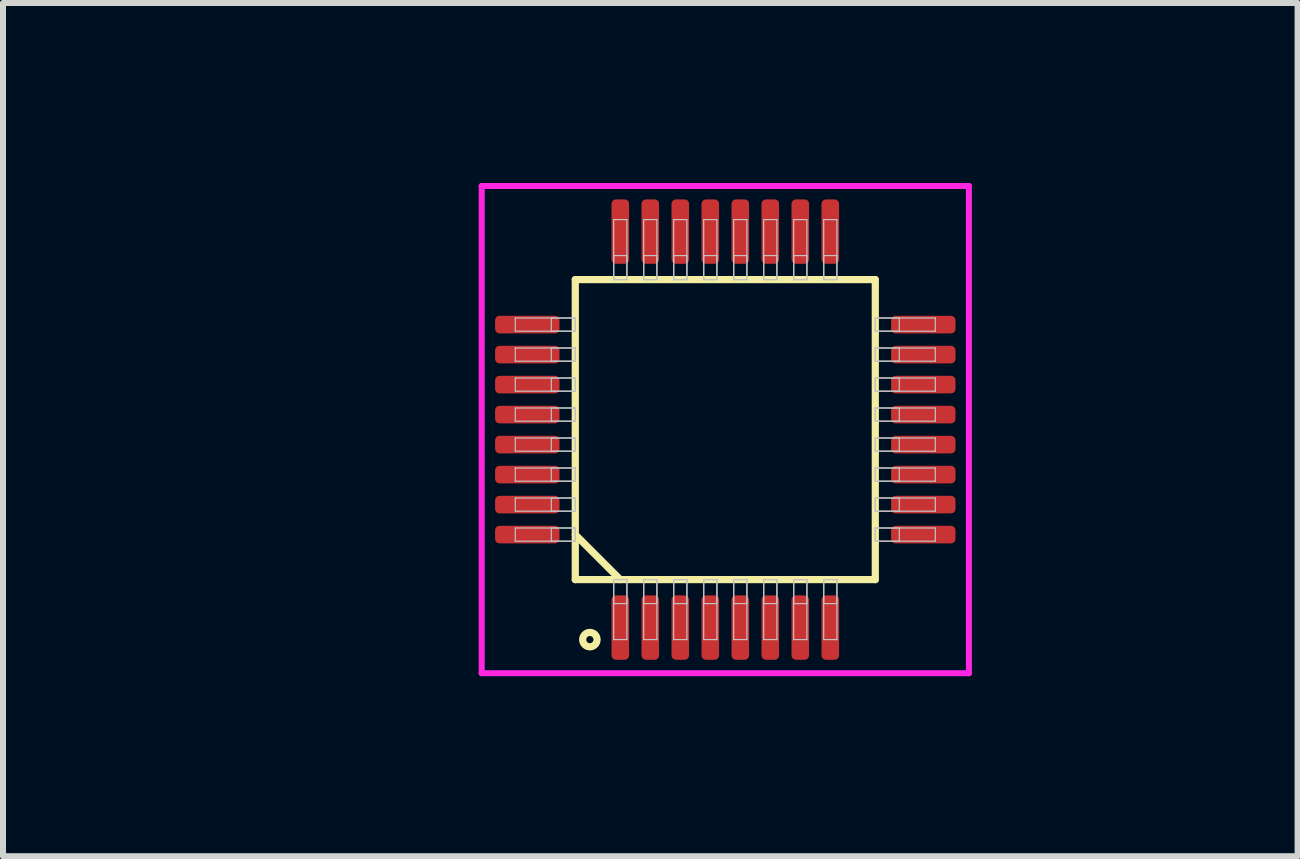
<source format=kicad_pcb>
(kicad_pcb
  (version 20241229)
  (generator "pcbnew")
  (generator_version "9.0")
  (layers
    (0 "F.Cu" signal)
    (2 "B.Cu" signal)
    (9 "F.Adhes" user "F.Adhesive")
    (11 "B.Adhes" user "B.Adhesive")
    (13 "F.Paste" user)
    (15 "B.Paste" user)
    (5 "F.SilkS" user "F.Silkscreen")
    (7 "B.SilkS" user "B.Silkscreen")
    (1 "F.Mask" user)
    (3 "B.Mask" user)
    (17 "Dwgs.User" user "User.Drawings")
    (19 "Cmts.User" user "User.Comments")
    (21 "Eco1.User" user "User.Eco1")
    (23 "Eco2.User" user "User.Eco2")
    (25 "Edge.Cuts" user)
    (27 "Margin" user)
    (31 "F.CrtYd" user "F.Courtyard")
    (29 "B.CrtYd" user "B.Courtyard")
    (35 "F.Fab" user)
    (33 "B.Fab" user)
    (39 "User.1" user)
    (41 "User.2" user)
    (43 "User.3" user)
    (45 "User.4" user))
  (footprint "QFP50P500x700-32"
    (layer "F.Cu")
    (at 9.038 4.11)
    (property "Reference" "QFP50P500x700-32" (at -1.25 0.75 0) (layer "User.1") (effects (font (size 1 1) (thickness 0.1))))
    (attr through_hole)
    (fp_line (start -2.5 -2.5) (end -2.5 2.5) (stroke (width 0.12) (type solid)) (layer "F.SilkS"))
    (fp_line (start -2.5 1.75) (end -1.75 2.5) (stroke (width 0.12) (type solid)) (layer "F.SilkS"))
    (fp_line (start -2.5 2.5) (end 2.5 2.5) (stroke (width 0.12) (type solid)) (layer "F.SilkS"))
    (fp_line (start 2.5 -2.5) (end -2.5 -2.5) (stroke (width 0.12) (type solid)) (layer "F.SilkS"))
    (fp_line (start 2.5 2.5) (end 2.5 -2.5) (stroke (width 0.12) (type solid)) (layer "F.SilkS"))
    (fp_circle (center -2.257 3.5) (end -2.137 3.5) (stroke (width 0.12) (type solid)) (fill no) (layer "F.SilkS"))
    (fp_line (start -3.5 -1.86) (end -3.5 -1.64) (stroke (width 0.02) (type solid)) (layer "Dwgs.User"))
    (fp_line (start -3.5 -1.64) (end -2.5 -1.64) (stroke (width 0.02) (type solid)) (layer "Dwgs.User"))
    (fp_line (start -3.5 -1.36) (end -3.5 -1.14) (stroke (width 0.02) (type solid)) (layer "Dwgs.User"))
    (fp_line (start -3.5 -1.14) (end -2.5 -1.14) (stroke (width 0.02) (type solid)) (layer "Dwgs.User"))
    (fp_line (start -3.5 -0.86) (end -3.5 -0.64) (stroke (width 0.02) (type solid)) (layer "Dwgs.User"))
    (fp_line (start -3.5 -0.64) (end -2.5 -0.64) (stroke (width 0.02) (type solid)) (layer "Dwgs.User"))
    (fp_line (start -3.5 -0.36) (end -3.5 -0.14) (stroke (width 0.02) (type solid)) (layer "Dwgs.User"))
    (fp_line (start -3.5 -0.14) (end -2.5 -0.14) (stroke (width 0.02) (type solid)) (layer "Dwgs.User"))
    (fp_line (start -3.5 0.14) (end -3.5 0.36) (stroke (width 0.02) (type solid)) (layer "Dwgs.User"))
    (fp_line (start -3.5 0.36) (end -2.5 0.36) (stroke (width 0.02) (type solid)) (layer "Dwgs.User"))
    (fp_line (start -3.5 0.64) (end -3.5 0.86) (stroke (width 0.02) (type solid)) (layer "Dwgs.User"))
    (fp_line (start -3.5 0.86) (end -2.5 0.86) (stroke (width 0.02) (type solid)) (layer "Dwgs.User"))
    (fp_line (start -3.5 1.14) (end -3.5 1.36) (stroke (width 0.02) (type solid)) (layer "Dwgs.User"))
    (fp_line (start -3.5 1.36) (end -2.5 1.36) (stroke (width 0.02) (type solid)) (layer "Dwgs.User"))
    (fp_line (start -3.5 1.64) (end -3.5 1.86) (stroke (width 0.02) (type solid)) (layer "Dwgs.User"))
    (fp_line (start -3.5 1.86) (end -2.5 1.86) (stroke (width 0.02) (type solid)) (layer "Dwgs.User"))
    (fp_line (start -2.9 -1.86) (end -2.9 -1.64) (stroke (width 0.02) (type solid)) (layer "Dwgs.User"))
    (fp_line (start -2.9 -1.64) (end -2.5 -1.64) (stroke (width 0.02) (type solid)) (layer "Dwgs.User"))
    (fp_line (start -2.9 -1.36) (end -2.9 -1.14) (stroke (width 0.02) (type solid)) (layer "Dwgs.User"))
    (fp_line (start -2.9 -1.14) (end -2.5 -1.14) (stroke (width 0.02) (type solid)) (layer "Dwgs.User"))
    (fp_line (start -2.9 -0.86) (end -2.9 -0.64) (stroke (width 0.02) (type solid)) (layer "Dwgs.User"))
    (fp_line (start -2.9 -0.64) (end -2.5 -0.64) (stroke (width 0.02) (type solid)) (layer "Dwgs.User"))
    (fp_line (start -2.9 -0.36) (end -2.9 -0.14) (stroke (width 0.02) (type solid)) (layer "Dwgs.User"))
    (fp_line (start -2.9 -0.14) (end -2.5 -0.14) (stroke (width 0.02) (type solid)) (layer "Dwgs.User"))
    (fp_line (start -2.9 0.14) (end -2.9 0.36) (stroke (width 0.02) (type solid)) (layer "Dwgs.User"))
    (fp_line (start -2.9 0.36) (end -2.5 0.36) (stroke (width 0.02) (type solid)) (layer "Dwgs.User"))
    (fp_line (start -2.9 0.64) (end -2.9 0.86) (stroke (width 0.02) (type solid)) (layer "Dwgs.User"))
    (fp_line (start -2.9 0.86) (end -2.5 0.86) (stroke (width 0.02) (type solid)) (layer "Dwgs.User"))
    (fp_line (start -2.9 1.14) (end -2.9 1.36) (stroke (width 0.02) (type solid)) (layer "Dwgs.User"))
    (fp_line (start -2.9 1.36) (end -2.5 1.36) (stroke (width 0.02) (type solid)) (layer "Dwgs.User"))
    (fp_line (start -2.9 1.64) (end -2.9 1.86) (stroke (width 0.02) (type solid)) (layer "Dwgs.User"))
    (fp_line (start -2.9 1.86) (end -2.5 1.86) (stroke (width 0.02) (type solid)) (layer "Dwgs.User"))
    (fp_line (start -2.5 -1.86) (end -3.5 -1.86) (stroke (width 0.02) (type solid)) (layer "Dwgs.User"))
    (fp_line (start -2.5 -1.86) (end -2.9 -1.86) (stroke (width 0.02) (type solid)) (layer "Dwgs.User"))
    (fp_line (start -2.5 -1.64) (end -2.5 -1.86) (stroke (width 0.02) (type solid)) (layer "Dwgs.User"))
    (fp_line (start -2.5 -1.64) (end -2.5 -1.86) (stroke (width 0.02) (type solid)) (layer "Dwgs.User"))
    (fp_line (start -2.5 -1.36) (end -3.5 -1.36) (stroke (width 0.02) (type solid)) (layer "Dwgs.User"))
    (fp_line (start -2.5 -1.36) (end -2.9 -1.36) (stroke (width 0.02) (type solid)) (layer "Dwgs.User"))
    (fp_line (start -2.5 -1.14) (end -2.5 -1.36) (stroke (width 0.02) (type solid)) (layer "Dwgs.User"))
    (fp_line (start -2.5 -1.14) (end -2.5 -1.36) (stroke (width 0.02) (type solid)) (layer "Dwgs.User"))
    (fp_line (start -2.5 -0.86) (end -3.5 -0.86) (stroke (width 0.02) (type solid)) (layer "Dwgs.User"))
    (fp_line (start -2.5 -0.86) (end -2.9 -0.86) (stroke (width 0.02) (type solid)) (layer "Dwgs.User"))
    (fp_line (start -2.5 -0.64) (end -2.5 -0.86) (stroke (width 0.02) (type solid)) (layer "Dwgs.User"))
    (fp_line (start -2.5 -0.64) (end -2.5 -0.86) (stroke (width 0.02) (type solid)) (layer "Dwgs.User"))
    (fp_line (start -2.5 -0.36) (end -3.5 -0.36) (stroke (width 0.02) (type solid)) (layer "Dwgs.User"))
    (fp_line (start -2.5 -0.36) (end -2.9 -0.36) (stroke (width 0.02) (type solid)) (layer "Dwgs.User"))
    (fp_line (start -2.5 -0.14) (end -2.5 -0.36) (stroke (width 0.02) (type solid)) (layer "Dwgs.User"))
    (fp_line (start -2.5 -0.14) (end -2.5 -0.36) (stroke (width 0.02) (type solid)) (layer "Dwgs.User"))
    (fp_line (start -2.5 0.14) (end -3.5 0.14) (stroke (width 0.02) (type solid)) (layer "Dwgs.User"))
    (fp_line (start -2.5 0.14) (end -2.9 0.14) (stroke (width 0.02) (type solid)) (layer "Dwgs.User"))
    (fp_line (start -2.5 0.36) (end -2.5 0.14) (stroke (width 0.02) (type solid)) (layer "Dwgs.User"))
    (fp_line (start -2.5 0.36) (end -2.5 0.14) (stroke (width 0.02) (type solid)) (layer "Dwgs.User"))
    (fp_line (start -2.5 0.64) (end -3.5 0.64) (stroke (width 0.02) (type solid)) (layer "Dwgs.User"))
    (fp_line (start -2.5 0.64) (end -2.9 0.64) (stroke (width 0.02) (type solid)) (layer "Dwgs.User"))
    (fp_line (start -2.5 0.86) (end -2.5 0.64) (stroke (width 0.02) (type solid)) (layer "Dwgs.User"))
    (fp_line (start -2.5 0.86) (end -2.5 0.64) (stroke (width 0.02) (type solid)) (layer "Dwgs.User"))
    (fp_line (start -2.5 1.14) (end -3.5 1.14) (stroke (width 0.02) (type solid)) (layer "Dwgs.User"))
    (fp_line (start -2.5 1.14) (end -2.9 1.14) (stroke (width 0.02) (type solid)) (layer "Dwgs.User"))
    (fp_line (start -2.5 1.36) (end -2.5 1.14) (stroke (width 0.02) (type solid)) (layer "Dwgs.User"))
    (fp_line (start -2.5 1.36) (end -2.5 1.14) (stroke (width 0.02) (type solid)) (layer "Dwgs.User"))
    (fp_line (start -2.5 1.64) (end -3.5 1.64) (stroke (width 0.02) (type solid)) (layer "Dwgs.User"))
    (fp_line (start -2.5 1.64) (end -2.9 1.64) (stroke (width 0.02) (type solid)) (layer "Dwgs.User"))
    (fp_line (start -2.5 1.86) (end -2.5 1.64) (stroke (width 0.02) (type solid)) (layer "Dwgs.User"))
    (fp_line (start -2.5 1.86) (end -2.5 1.64) (stroke (width 0.02) (type solid)) (layer "Dwgs.User"))
    (fp_line (start -1.86 -3.5) (end -1.86 -2.5) (stroke (width 0.02) (type solid)) (layer "Dwgs.User"))
    (fp_line (start -1.86 -2.9) (end -1.86 -2.5) (stroke (width 0.02) (type solid)) (layer "Dwgs.User"))
    (fp_line (start -1.86 -2.5) (end -1.64 -2.5) (stroke (width 0.02) (type solid)) (layer "Dwgs.User"))
    (fp_line (start -1.86 -2.5) (end -1.64 -2.5) (stroke (width 0.02) (type solid)) (layer "Dwgs.User"))
    (fp_line (start -1.86 2.5) (end -1.64 2.5) (stroke (width 0.02) (type solid)) (layer "Dwgs.User"))
    (fp_line (start -1.86 2.5) (end -1.64 2.5) (stroke (width 0.02) (type solid)) (layer "Dwgs.User"))
    (fp_line (start -1.86 2.9) (end -1.86 2.5) (stroke (width 0.02) (type solid)) (layer "Dwgs.User"))
    (fp_line (start -1.86 3.5) (end -1.86 2.5) (stroke (width 0.02) (type solid)) (layer "Dwgs.User"))
    (fp_line (start -1.64 -3.5) (end -1.86 -3.5) (stroke (width 0.02) (type solid)) (layer "Dwgs.User"))
    (fp_line (start -1.64 -2.9) (end -1.86 -2.9) (stroke (width 0.02) (type solid)) (layer "Dwgs.User"))
    (fp_line (start -1.64 -2.5) (end -1.64 -3.5) (stroke (width 0.02) (type solid)) (layer "Dwgs.User"))
    (fp_line (start -1.64 -2.5) (end -1.64 -2.9) (stroke (width 0.02) (type solid)) (layer "Dwgs.User"))
    (fp_line (start -1.64 2.5) (end -1.64 2.9) (stroke (width 0.02) (type solid)) (layer "Dwgs.User"))
    (fp_line (start -1.64 2.5) (end -1.64 3.5) (stroke (width 0.02) (type solid)) (layer "Dwgs.User"))
    (fp_line (start -1.64 2.9) (end -1.86 2.9) (stroke (width 0.02) (type solid)) (layer "Dwgs.User"))
    (fp_line (start -1.64 3.5) (end -1.86 3.5) (stroke (width 0.02) (type solid)) (layer "Dwgs.User"))
    (fp_line (start -1.36 -3.5) (end -1.36 -2.5) (stroke (width 0.02) (type solid)) (layer "Dwgs.User"))
    (fp_line (start -1.36 -2.9) (end -1.36 -2.5) (stroke (width 0.02) (type solid)) (layer "Dwgs.User"))
    (fp_line (start -1.36 -2.5) (end -1.14 -2.5) (stroke (width 0.02) (type solid)) (layer "Dwgs.User"))
    (fp_line (start -1.36 -2.5) (end -1.14 -2.5) (stroke (width 0.02) (type solid)) (layer "Dwgs.User"))
    (fp_line (start -1.36 2.5) (end -1.14 2.5) (stroke (width 0.02) (type solid)) (layer "Dwgs.User"))
    (fp_line (start -1.36 2.5) (end -1.14 2.5) (stroke (width 0.02) (type solid)) (layer "Dwgs.User"))
    (fp_line (start -1.36 2.9) (end -1.36 2.5) (stroke (width 0.02) (type solid)) (layer "Dwgs.User"))
    (fp_line (start -1.36 3.5) (end -1.36 2.5) (stroke (width 0.02) (type solid)) (layer "Dwgs.User"))
    (fp_line (start -1.14 -3.5) (end -1.36 -3.5) (stroke (width 0.02) (type solid)) (layer "Dwgs.User"))
    (fp_line (start -1.14 -2.9) (end -1.36 -2.9) (stroke (width 0.02) (type solid)) (layer "Dwgs.User"))
    (fp_line (start -1.14 -2.5) (end -1.14 -3.5) (stroke (width 0.02) (type solid)) (layer "Dwgs.User"))
    (fp_line (start -1.14 -2.5) (end -1.14 -2.9) (stroke (width 0.02) (type solid)) (layer "Dwgs.User"))
    (fp_line (start -1.14 2.5) (end -1.14 2.9) (stroke (width 0.02) (type solid)) (layer "Dwgs.User"))
    (fp_line (start -1.14 2.5) (end -1.14 3.5) (stroke (width 0.02) (type solid)) (layer "Dwgs.User"))
    (fp_line (start -1.14 2.9) (end -1.36 2.9) (stroke (width 0.02) (type solid)) (layer "Dwgs.User"))
    (fp_line (start -1.14 3.5) (end -1.36 3.5) (stroke (width 0.02) (type solid)) (layer "Dwgs.User"))
    (fp_line (start -0.86 -3.5) (end -0.86 -2.5) (stroke (width 0.02) (type solid)) (layer "Dwgs.User"))
    (fp_line (start -0.86 -2.9) (end -0.86 -2.5) (stroke (width 0.02) (type solid)) (layer "Dwgs.User"))
    (fp_line (start -0.86 -2.5) (end -0.64 -2.5) (stroke (width 0.02) (type solid)) (layer "Dwgs.User"))
    (fp_line (start -0.86 -2.5) (end -0.64 -2.5) (stroke (width 0.02) (type solid)) (layer "Dwgs.User"))
    (fp_line (start -0.86 2.5) (end -0.64 2.5) (stroke (width 0.02) (type solid)) (layer "Dwgs.User"))
    (fp_line (start -0.86 2.5) (end -0.64 2.5) (stroke (width 0.02) (type solid)) (layer "Dwgs.User"))
    (fp_line (start -0.86 2.9) (end -0.86 2.5) (stroke (width 0.02) (type solid)) (layer "Dwgs.User"))
    (fp_line (start -0.86 3.5) (end -0.86 2.5) (stroke (width 0.02) (type solid)) (layer "Dwgs.User"))
    (fp_line (start -0.64 -3.5) (end -0.86 -3.5) (stroke (width 0.02) (type solid)) (layer "Dwgs.User"))
    (fp_line (start -0.64 -2.9) (end -0.86 -2.9) (stroke (width 0.02) (type solid)) (layer "Dwgs.User"))
    (fp_line (start -0.64 -2.5) (end -0.64 -3.5) (stroke (width 0.02) (type solid)) (layer "Dwgs.User"))
    (fp_line (start -0.64 -2.5) (end -0.64 -2.9) (stroke (width 0.02) (type solid)) (layer "Dwgs.User"))
    (fp_line (start -0.64 2.5) (end -0.64 2.9) (stroke (width 0.02) (type solid)) (layer "Dwgs.User"))
    (fp_line (start -0.64 2.5) (end -0.64 3.5) (stroke (width 0.02) (type solid)) (layer "Dwgs.User"))
    (fp_line (start -0.64 2.9) (end -0.86 2.9) (stroke (width 0.02) (type solid)) (layer "Dwgs.User"))
    (fp_line (start -0.64 3.5) (end -0.86 3.5) (stroke (width 0.02) (type solid)) (layer "Dwgs.User"))
    (fp_line (start -0.36 -3.5) (end -0.36 -2.5) (stroke (width 0.02) (type solid)) (layer "Dwgs.User"))
    (fp_line (start -0.36 -2.9) (end -0.36 -2.5) (stroke (width 0.02) (type solid)) (layer "Dwgs.User"))
    (fp_line (start -0.36 -2.5) (end -0.14 -2.5) (stroke (width 0.02) (type solid)) (layer "Dwgs.User"))
    (fp_line (start -0.36 -2.5) (end -0.14 -2.5) (stroke (width 0.02) (type solid)) (layer "Dwgs.User"))
    (fp_line (start -0.36 2.5) (end -0.14 2.5) (stroke (width 0.02) (type solid)) (layer "Dwgs.User"))
    (fp_line (start -0.36 2.5) (end -0.14 2.5) (stroke (width 0.02) (type solid)) (layer "Dwgs.User"))
    (fp_line (start -0.36 2.9) (end -0.36 2.5) (stroke (width 0.02) (type solid)) (layer "Dwgs.User"))
    (fp_line (start -0.36 3.5) (end -0.36 2.5) (stroke (width 0.02) (type solid)) (layer "Dwgs.User"))
    (fp_line (start -0.14 -3.5) (end -0.36 -3.5) (stroke (width 0.02) (type solid)) (layer "Dwgs.User"))
    (fp_line (start -0.14 -2.9) (end -0.36 -2.9) (stroke (width 0.02) (type solid)) (layer "Dwgs.User"))
    (fp_line (start -0.14 -2.5) (end -0.14 -3.5) (stroke (width 0.02) (type solid)) (layer "Dwgs.User"))
    (fp_line (start -0.14 -2.5) (end -0.14 -2.9) (stroke (width 0.02) (type solid)) (layer "Dwgs.User"))
    (fp_line (start -0.14 2.5) (end -0.14 2.9) (stroke (width 0.02) (type solid)) (layer "Dwgs.User"))
    (fp_line (start -0.14 2.5) (end -0.14 3.5) (stroke (width 0.02) (type solid)) (layer "Dwgs.User"))
    (fp_line (start -0.14 2.9) (end -0.36 2.9) (stroke (width 0.02) (type solid)) (layer "Dwgs.User"))
    (fp_line (start -0.14 3.5) (end -0.36 3.5) (stroke (width 0.02) (type solid)) (layer "Dwgs.User"))
    (fp_line (start 0.14 -3.5) (end 0.14 -2.5) (stroke (width 0.02) (type solid)) (layer "Dwgs.User"))
    (fp_line (start 0.14 -2.9) (end 0.14 -2.5) (stroke (width 0.02) (type solid)) (layer "Dwgs.User"))
    (fp_line (start 0.14 -2.5) (end 0.36 -2.5) (stroke (width 0.02) (type solid)) (layer "Dwgs.User"))
    (fp_line (start 0.14 -2.5) (end 0.36 -2.5) (stroke (width 0.02) (type solid)) (layer "Dwgs.User"))
    (fp_line (start 0.14 2.5) (end 0.36 2.5) (stroke (width 0.02) (type solid)) (layer "Dwgs.User"))
    (fp_line (start 0.14 2.5) (end 0.36 2.5) (stroke (width 0.02) (type solid)) (layer "Dwgs.User"))
    (fp_line (start 0.14 2.9) (end 0.14 2.5) (stroke (width 0.02) (type solid)) (layer "Dwgs.User"))
    (fp_line (start 0.14 3.5) (end 0.14 2.5) (stroke (width 0.02) (type solid)) (layer "Dwgs.User"))
    (fp_line (start 0.36 -3.5) (end 0.14 -3.5) (stroke (width 0.02) (type solid)) (layer "Dwgs.User"))
    (fp_line (start 0.36 -2.9) (end 0.14 -2.9) (stroke (width 0.02) (type solid)) (layer "Dwgs.User"))
    (fp_line (start 0.36 -2.5) (end 0.36 -3.5) (stroke (width 0.02) (type solid)) (layer "Dwgs.User"))
    (fp_line (start 0.36 -2.5) (end 0.36 -2.9) (stroke (width 0.02) (type solid)) (layer "Dwgs.User"))
    (fp_line (start 0.36 2.5) (end 0.36 2.9) (stroke (width 0.02) (type solid)) (layer "Dwgs.User"))
    (fp_line (start 0.36 2.5) (end 0.36 3.5) (stroke (width 0.02) (type solid)) (layer "Dwgs.User"))
    (fp_line (start 0.36 2.9) (end 0.14 2.9) (stroke (width 0.02) (type solid)) (layer "Dwgs.User"))
    (fp_line (start 0.36 3.5) (end 0.14 3.5) (stroke (width 0.02) (type solid)) (layer "Dwgs.User"))
    (fp_line (start 0.64 -3.5) (end 0.64 -2.5) (stroke (width 0.02) (type solid)) (layer "Dwgs.User"))
    (fp_line (start 0.64 -2.9) (end 0.64 -2.5) (stroke (width 0.02) (type solid)) (layer "Dwgs.User"))
    (fp_line (start 0.64 -2.5) (end 0.86 -2.5) (stroke (width 0.02) (type solid)) (layer "Dwgs.User"))
    (fp_line (start 0.64 -2.5) (end 0.86 -2.5) (stroke (width 0.02) (type solid)) (layer "Dwgs.User"))
    (fp_line (start 0.64 2.5) (end 0.86 2.5) (stroke (width 0.02) (type solid)) (layer "Dwgs.User"))
    (fp_line (start 0.64 2.5) (end 0.86 2.5) (stroke (width 0.02) (type solid)) (layer "Dwgs.User"))
    (fp_line (start 0.64 2.9) (end 0.64 2.5) (stroke (width 0.02) (type solid)) (layer "Dwgs.User"))
    (fp_line (start 0.64 3.5) (end 0.64 2.5) (stroke (width 0.02) (type solid)) (layer "Dwgs.User"))
    (fp_line (start 0.86 -3.5) (end 0.64 -3.5) (stroke (width 0.02) (type solid)) (layer "Dwgs.User"))
    (fp_line (start 0.86 -2.9) (end 0.64 -2.9) (stroke (width 0.02) (type solid)) (layer "Dwgs.User"))
    (fp_line (start 0.86 -2.5) (end 0.86 -3.5) (stroke (width 0.02) (type solid)) (layer "Dwgs.User"))
    (fp_line (start 0.86 -2.5) (end 0.86 -2.9) (stroke (width 0.02) (type solid)) (layer "Dwgs.User"))
    (fp_line (start 0.86 2.5) (end 0.86 2.9) (stroke (width 0.02) (type solid)) (layer "Dwgs.User"))
    (fp_line (start 0.86 2.5) (end 0.86 3.5) (stroke (width 0.02) (type solid)) (layer "Dwgs.User"))
    (fp_line (start 0.86 2.9) (end 0.64 2.9) (stroke (width 0.02) (type solid)) (layer "Dwgs.User"))
    (fp_line (start 0.86 3.5) (end 0.64 3.5) (stroke (width 0.02) (type solid)) (layer "Dwgs.User"))
    (fp_line (start 1.14 -3.5) (end 1.14 -2.5) (stroke (width 0.02) (type solid)) (layer "Dwgs.User"))
    (fp_line (start 1.14 -2.9) (end 1.14 -2.5) (stroke (width 0.02) (type solid)) (layer "Dwgs.User"))
    (fp_line (start 1.14 -2.5) (end 1.36 -2.5) (stroke (width 0.02) (type solid)) (layer "Dwgs.User"))
    (fp_line (start 1.14 -2.5) (end 1.36 -2.5) (stroke (width 0.02) (type solid)) (layer "Dwgs.User"))
    (fp_line (start 1.14 2.5) (end 1.36 2.5) (stroke (width 0.02) (type solid)) (layer "Dwgs.User"))
    (fp_line (start 1.14 2.5) (end 1.36 2.5) (stroke (width 0.02) (type solid)) (layer "Dwgs.User"))
    (fp_line (start 1.14 2.9) (end 1.14 2.5) (stroke (width 0.02) (type solid)) (layer "Dwgs.User"))
    (fp_line (start 1.14 3.5) (end 1.14 2.5) (stroke (width 0.02) (type solid)) (layer "Dwgs.User"))
    (fp_line (start 1.36 -3.5) (end 1.14 -3.5) (stroke (width 0.02) (type solid)) (layer "Dwgs.User"))
    (fp_line (start 1.36 -2.9) (end 1.14 -2.9) (stroke (width 0.02) (type solid)) (layer "Dwgs.User"))
    (fp_line (start 1.36 -2.5) (end 1.36 -3.5) (stroke (width 0.02) (type solid)) (layer "Dwgs.User"))
    (fp_line (start 1.36 -2.5) (end 1.36 -2.9) (stroke (width 0.02) (type solid)) (layer "Dwgs.User"))
    (fp_line (start 1.36 2.5) (end 1.36 2.9) (stroke (width 0.02) (type solid)) (layer "Dwgs.User"))
    (fp_line (start 1.36 2.5) (end 1.36 3.5) (stroke (width 0.02) (type solid)) (layer "Dwgs.User"))
    (fp_line (start 1.36 2.9) (end 1.14 2.9) (stroke (width 0.02) (type solid)) (layer "Dwgs.User"))
    (fp_line (start 1.36 3.5) (end 1.14 3.5) (stroke (width 0.02) (type solid)) (layer "Dwgs.User"))
    (fp_line (start 1.64 -3.5) (end 1.64 -2.5) (stroke (width 0.02) (type solid)) (layer "Dwgs.User"))
    (fp_line (start 1.64 -2.9) (end 1.64 -2.5) (stroke (width 0.02) (type solid)) (layer "Dwgs.User"))
    (fp_line (start 1.64 -2.5) (end 1.86 -2.5) (stroke (width 0.02) (type solid)) (layer "Dwgs.User"))
    (fp_line (start 1.64 -2.5) (end 1.86 -2.5) (stroke (width 0.02) (type solid)) (layer "Dwgs.User"))
    (fp_line (start 1.64 2.5) (end 1.86 2.5) (stroke (width 0.02) (type solid)) (layer "Dwgs.User"))
    (fp_line (start 1.64 2.5) (end 1.86 2.5) (stroke (width 0.02) (type solid)) (layer "Dwgs.User"))
    (fp_line (start 1.64 2.9) (end 1.64 2.5) (stroke (width 0.02) (type solid)) (layer "Dwgs.User"))
    (fp_line (start 1.64 3.5) (end 1.64 2.5) (stroke (width 0.02) (type solid)) (layer "Dwgs.User"))
    (fp_line (start 1.86 -3.5) (end 1.64 -3.5) (stroke (width 0.02) (type solid)) (layer "Dwgs.User"))
    (fp_line (start 1.86 -2.9) (end 1.64 -2.9) (stroke (width 0.02) (type solid)) (layer "Dwgs.User"))
    (fp_line (start 1.86 -2.5) (end 1.86 -3.5) (stroke (width 0.02) (type solid)) (layer "Dwgs.User"))
    (fp_line (start 1.86 -2.5) (end 1.86 -2.9) (stroke (width 0.02) (type solid)) (layer "Dwgs.User"))
    (fp_line (start 1.86 2.5) (end 1.86 2.9) (stroke (width 0.02) (type solid)) (layer "Dwgs.User"))
    (fp_line (start 1.86 2.5) (end 1.86 3.5) (stroke (width 0.02) (type solid)) (layer "Dwgs.User"))
    (fp_line (start 1.86 2.9) (end 1.64 2.9) (stroke (width 0.02) (type solid)) (layer "Dwgs.User"))
    (fp_line (start 1.86 3.5) (end 1.64 3.5) (stroke (width 0.02) (type solid)) (layer "Dwgs.User"))
    (fp_line (start 2.5 -1.86) (end 2.9 -1.86) (stroke (width 0.02) (type solid)) (layer "Dwgs.User"))
    (fp_line (start 2.5 -1.86) (end 3.5 -1.86) (stroke (width 0.02) (type solid)) (layer "Dwgs.User"))
    (fp_line (start 2.5 -1.64) (end 2.5 -1.86) (stroke (width 0.02) (type solid)) (layer "Dwgs.User"))
    (fp_line (start 2.5 -1.64) (end 2.5 -1.86) (stroke (width 0.02) (type solid)) (layer "Dwgs.User"))
    (fp_line (start 2.5 -1.36) (end 2.9 -1.36) (stroke (width 0.02) (type solid)) (layer "Dwgs.User"))
    (fp_line (start 2.5 -1.36) (end 3.5 -1.36) (stroke (width 0.02) (type solid)) (layer "Dwgs.User"))
    (fp_line (start 2.5 -1.14) (end 2.5 -1.36) (stroke (width 0.02) (type solid)) (layer "Dwgs.User"))
    (fp_line (start 2.5 -1.14) (end 2.5 -1.36) (stroke (width 0.02) (type solid)) (layer "Dwgs.User"))
    (fp_line (start 2.5 -0.86) (end 2.9 -0.86) (stroke (width 0.02) (type solid)) (layer "Dwgs.User"))
    (fp_line (start 2.5 -0.86) (end 3.5 -0.86) (stroke (width 0.02) (type solid)) (layer "Dwgs.User"))
    (fp_line (start 2.5 -0.64) (end 2.5 -0.86) (stroke (width 0.02) (type solid)) (layer "Dwgs.User"))
    (fp_line (start 2.5 -0.64) (end 2.5 -0.86) (stroke (width 0.02) (type solid)) (layer "Dwgs.User"))
    (fp_line (start 2.5 -0.36) (end 2.9 -0.36) (stroke (width 0.02) (type solid)) (layer "Dwgs.User"))
    (fp_line (start 2.5 -0.36) (end 3.5 -0.36) (stroke (width 0.02) (type solid)) (layer "Dwgs.User"))
    (fp_line (start 2.5 -0.14) (end 2.5 -0.36) (stroke (width 0.02) (type solid)) (layer "Dwgs.User"))
    (fp_line (start 2.5 -0.14) (end 2.5 -0.36) (stroke (width 0.02) (type solid)) (layer "Dwgs.User"))
    (fp_line (start 2.5 0.14) (end 2.9 0.14) (stroke (width 0.02) (type solid)) (layer "Dwgs.User"))
    (fp_line (start 2.5 0.14) (end 3.5 0.14) (stroke (width 0.02) (type solid)) (layer "Dwgs.User"))
    (fp_line (start 2.5 0.36) (end 2.5 0.14) (stroke (width 0.02) (type solid)) (layer "Dwgs.User"))
    (fp_line (start 2.5 0.36) (end 2.5 0.14) (stroke (width 0.02) (type solid)) (layer "Dwgs.User"))
    (fp_line (start 2.5 0.64) (end 2.9 0.64) (stroke (width 0.02) (type solid)) (layer "Dwgs.User"))
    (fp_line (start 2.5 0.64) (end 3.5 0.64) (stroke (width 0.02) (type solid)) (layer "Dwgs.User"))
    (fp_line (start 2.5 0.86) (end 2.5 0.64) (stroke (width 0.02) (type solid)) (layer "Dwgs.User"))
    (fp_line (start 2.5 0.86) (end 2.5 0.64) (stroke (width 0.02) (type solid)) (layer "Dwgs.User"))
    (fp_line (start 2.5 1.14) (end 2.9 1.14) (stroke (width 0.02) (type solid)) (layer "Dwgs.User"))
    (fp_line (start 2.5 1.14) (end 3.5 1.14) (stroke (width 0.02) (type solid)) (layer "Dwgs.User"))
    (fp_line (start 2.5 1.36) (end 2.5 1.14) (stroke (width 0.02) (type solid)) (layer "Dwgs.User"))
    (fp_line (start 2.5 1.36) (end 2.5 1.14) (stroke (width 0.02) (type solid)) (layer "Dwgs.User"))
    (fp_line (start 2.5 1.64) (end 2.9 1.64) (stroke (width 0.02) (type solid)) (layer "Dwgs.User"))
    (fp_line (start 2.5 1.64) (end 3.5 1.64) (stroke (width 0.02) (type solid)) (layer "Dwgs.User"))
    (fp_line (start 2.5 1.86) (end 2.5 1.64) (stroke (width 0.02) (type solid)) (layer "Dwgs.User"))
    (fp_line (start 2.5 1.86) (end 2.5 1.64) (stroke (width 0.02) (type solid)) (layer "Dwgs.User"))
    (fp_line (start 2.9 -1.86) (end 2.9 -1.64) (stroke (width 0.02) (type solid)) (layer "Dwgs.User"))
    (fp_line (start 2.9 -1.64) (end 2.5 -1.64) (stroke (width 0.02) (type solid)) (layer "Dwgs.User"))
    (fp_line (start 2.9 -1.36) (end 2.9 -1.14) (stroke (width 0.02) (type solid)) (layer "Dwgs.User"))
    (fp_line (start 2.9 -1.14) (end 2.5 -1.14) (stroke (width 0.02) (type solid)) (layer "Dwgs.User"))
    (fp_line (start 2.9 -0.86) (end 2.9 -0.64) (stroke (width 0.02) (type solid)) (layer "Dwgs.User"))
    (fp_line (start 2.9 -0.64) (end 2.5 -0.64) (stroke (width 0.02) (type solid)) (layer "Dwgs.User"))
    (fp_line (start 2.9 -0.36) (end 2.9 -0.14) (stroke (width 0.02) (type solid)) (layer "Dwgs.User"))
    (fp_line (start 2.9 -0.14) (end 2.5 -0.14) (stroke (width 0.02) (type solid)) (layer "Dwgs.User"))
    (fp_line (start 2.9 0.14) (end 2.9 0.36) (stroke (width 0.02) (type solid)) (layer "Dwgs.User"))
    (fp_line (start 2.9 0.36) (end 2.5 0.36) (stroke (width 0.02) (type solid)) (layer "Dwgs.User"))
    (fp_line (start 2.9 0.64) (end 2.9 0.86) (stroke (width 0.02) (type solid)) (layer "Dwgs.User"))
    (fp_line (start 2.9 0.86) (end 2.5 0.86) (stroke (width 0.02) (type solid)) (layer "Dwgs.User"))
    (fp_line (start 2.9 1.14) (end 2.9 1.36) (stroke (width 0.02) (type solid)) (layer "Dwgs.User"))
    (fp_line (start 2.9 1.36) (end 2.5 1.36) (stroke (width 0.02) (type solid)) (layer "Dwgs.User"))
    (fp_line (start 2.9 1.64) (end 2.9 1.86) (stroke (width 0.02) (type solid)) (layer "Dwgs.User"))
    (fp_line (start 2.9 1.86) (end 2.5 1.86) (stroke (width 0.02) (type solid)) (layer "Dwgs.User"))
    (fp_line (start 3.5 -1.86) (end 3.5 -1.64) (stroke (width 0.02) (type solid)) (layer "Dwgs.User"))
    (fp_line (start 3.5 -1.64) (end 2.5 -1.64) (stroke (width 0.02) (type solid)) (layer "Dwgs.User"))
    (fp_line (start 3.5 -1.36) (end 3.5 -1.14) (stroke (width 0.02) (type solid)) (layer "Dwgs.User"))
    (fp_line (start 3.5 -1.14) (end 2.5 -1.14) (stroke (width 0.02) (type solid)) (layer "Dwgs.User"))
    (fp_line (start 3.5 -0.86) (end 3.5 -0.64) (stroke (width 0.02) (type solid)) (layer "Dwgs.User"))
    (fp_line (start 3.5 -0.64) (end 2.5 -0.64) (stroke (width 0.02) (type solid)) (layer "Dwgs.User"))
    (fp_line (start 3.5 -0.36) (end 3.5 -0.14) (stroke (width 0.02) (type solid)) (layer "Dwgs.User"))
    (fp_line (start 3.5 -0.14) (end 2.5 -0.14) (stroke (width 0.02) (type solid)) (layer "Dwgs.User"))
    (fp_line (start 3.5 0.14) (end 3.5 0.36) (stroke (width 0.02) (type solid)) (layer "Dwgs.User"))
    (fp_line (start 3.5 0.36) (end 2.5 0.36) (stroke (width 0.02) (type solid)) (layer "Dwgs.User"))
    (fp_line (start 3.5 0.64) (end 3.5 0.86) (stroke (width 0.02) (type solid)) (layer "Dwgs.User"))
    (fp_line (start 3.5 0.86) (end 2.5 0.86) (stroke (width 0.02) (type solid)) (layer "Dwgs.User"))
    (fp_line (start 3.5 1.14) (end 3.5 1.36) (stroke (width 0.02) (type solid)) (layer "Dwgs.User"))
    (fp_line (start 3.5 1.36) (end 2.5 1.36) (stroke (width 0.02) (type solid)) (layer "Dwgs.User"))
    (fp_line (start 3.5 1.64) (end 3.5 1.86) (stroke (width 0.02) (type solid)) (layer "Dwgs.User"))
    (fp_line (start 3.5 1.86) (end 2.5 1.86) (stroke (width 0.02) (type solid)) (layer "Dwgs.User"))
    (fp_line (start -4.06 -4.06) (end -4.06 4.06) (stroke (width 0.1) (type solid)) (layer "F.CrtYd"))
    (fp_line (start -4.06 4.06) (end 4.06 4.06) (stroke (width 0.1) (type solid)) (layer "F.CrtYd"))
    (fp_line (start 4.06 -4.06) (end -4.06 -4.06) (stroke (width 0.1) (type solid)) (layer "F.CrtYd"))
    (fp_line (start 4.06 4.06) (end 4.06 -4.06) (stroke (width 0.1) (type solid)) (layer "F.CrtYd"))
    (pad "1" smd roundrect (at -1.75 3.3) (size 0.293 1.073) (layers "F.Cu" "F.Mask" "F.Paste") (roundrect_rratio 0.25))
    (pad "2" smd roundrect (at -1.25 3.3) (size 0.293 1.073) (layers "F.Cu" "F.Mask" "F.Paste") (roundrect_rratio 0.25))
    (pad "3" smd roundrect (at -0.75 3.3) (size 0.293 1.073) (layers "F.Cu" "F.Mask" "F.Paste") (roundrect_rratio 0.25))
    (pad "4" smd roundrect (at -0.25 3.3) (size 0.293 1.073) (layers "F.Cu" "F.Mask" "F.Paste") (roundrect_rratio 0.25))
    (pad "5" smd roundrect (at 0.25 3.3) (size 0.293 1.073) (layers "F.Cu" "F.Mask" "F.Paste") (roundrect_rratio 0.25))
    (pad "6" smd roundrect (at 0.75 3.3) (size 0.293 1.073) (layers "F.Cu" "F.Mask" "F.Paste") (roundrect_rratio 0.25))
    (pad "7" smd roundrect (at 1.25 3.3) (size 0.293 1.073) (layers "F.Cu" "F.Mask" "F.Paste") (roundrect_rratio 0.25))
    (pad "8" smd roundrect (at 1.75 3.3) (size 0.293 1.073) (layers "F.Cu" "F.Mask" "F.Paste") (roundrect_rratio 0.25))
    (pad "9" smd roundrect (at 3.3 1.75) (size 1.073 0.293) (layers "F.Cu" "F.Mask" "F.Paste") (roundrect_rratio 0.25))
    (pad "10" smd roundrect (at 3.3 1.25) (size 1.073 0.293) (layers "F.Cu" "F.Mask" "F.Paste") (roundrect_rratio 0.25))
    (pad "11" smd roundrect (at 3.3 0.75) (size 1.073 0.293) (layers "F.Cu" "F.Mask" "F.Paste") (roundrect_rratio 0.25))
    (pad "12" smd roundrect (at 3.3 0.25) (size 1.073 0.293) (layers "F.Cu" "F.Mask" "F.Paste") (roundrect_rratio 0.25))
    (pad "13" smd roundrect (at 3.3 -0.25) (size 1.073 0.293) (layers "F.Cu" "F.Mask" "F.Paste") (roundrect_rratio 0.25))
    (pad "14" smd roundrect (at 3.3 -0.75) (size 1.073 0.293) (layers "F.Cu" "F.Mask" "F.Paste") (roundrect_rratio 0.25))
    (pad "15" smd roundrect (at 3.3 -1.25) (size 1.073 0.293) (layers "F.Cu" "F.Mask" "F.Paste") (roundrect_rratio 0.25))
    (pad "16" smd roundrect (at 3.3 -1.75) (size 1.073 0.293) (layers "F.Cu" "F.Mask" "F.Paste") (roundrect_rratio 0.25))
    (pad "17" smd roundrect (at 1.75 -3.3) (size 0.293 1.073) (layers "F.Cu" "F.Mask" "F.Paste") (roundrect_rratio 0.25))
    (pad "18" smd roundrect (at 1.25 -3.3) (size 0.293 1.073) (layers "F.Cu" "F.Mask" "F.Paste") (roundrect_rratio 0.25))
    (pad "19" smd roundrect (at 0.75 -3.3) (size 0.293 1.073) (layers "F.Cu" "F.Mask" "F.Paste") (roundrect_rratio 0.25))
    (pad "20" smd roundrect (at 0.25 -3.3) (size 0.293 1.073) (layers "F.Cu" "F.Mask" "F.Paste") (roundrect_rratio 0.25))
    (pad "21" smd roundrect (at -0.25 -3.3) (size 0.293 1.073) (layers "F.Cu" "F.Mask" "F.Paste") (roundrect_rratio 0.25))
    (pad "22" smd roundrect (at -0.75 -3.3) (size 0.293 1.073) (layers "F.Cu" "F.Mask" "F.Paste") (roundrect_rratio 0.25))
    (pad "23" smd roundrect (at -1.25 -3.3) (size 0.293 1.073) (layers "F.Cu" "F.Mask" "F.Paste") (roundrect_rratio 0.25))
    (pad "24" smd roundrect (at -1.75 -3.3) (size 0.293 1.073) (layers "F.Cu" "F.Mask" "F.Paste") (roundrect_rratio 0.25))
    (pad "25" smd roundrect (at -3.3 -1.75) (size 1.073 0.293) (layers "F.Cu" "F.Mask" "F.Paste") (roundrect_rratio 0.25))
    (pad "26" smd roundrect (at -3.3 -1.25) (size 1.073 0.293) (layers "F.Cu" "F.Mask" "F.Paste") (roundrect_rratio 0.25))
    (pad "27" smd roundrect (at -3.3 -0.75) (size 1.073 0.293) (layers "F.Cu" "F.Mask" "F.Paste") (roundrect_rratio 0.25))
    (pad "28" smd roundrect (at -3.3 -0.25) (size 1.073 0.293) (layers "F.Cu" "F.Mask" "F.Paste") (roundrect_rratio 0.25))
    (pad "29" smd roundrect (at -3.3 0.25) (size 1.073 0.293) (layers "F.Cu" "F.Mask" "F.Paste") (roundrect_rratio 0.25))
    (pad "30" smd roundrect (at -3.3 0.75) (size 1.073 0.293) (layers "F.Cu" "F.Mask" "F.Paste") (roundrect_rratio 0.25))
    (pad "31" smd roundrect (at -3.3 1.25) (size 1.073 0.293) (layers "F.Cu" "F.Mask" "F.Paste") (roundrect_rratio 0.25))
    (pad "32" smd roundrect (at -3.3 1.75) (size 1.073 0.293) (layers "F.Cu" "F.Mask" "F.Paste") (roundrect_rratio 0.25)))
  (gr_rect
    (start -3 -3)
    (end 18.576 11.22)
    (stroke (width 0.1) (type default))
    (fill no)
    (layer "Edge.Cuts")))
</source>
